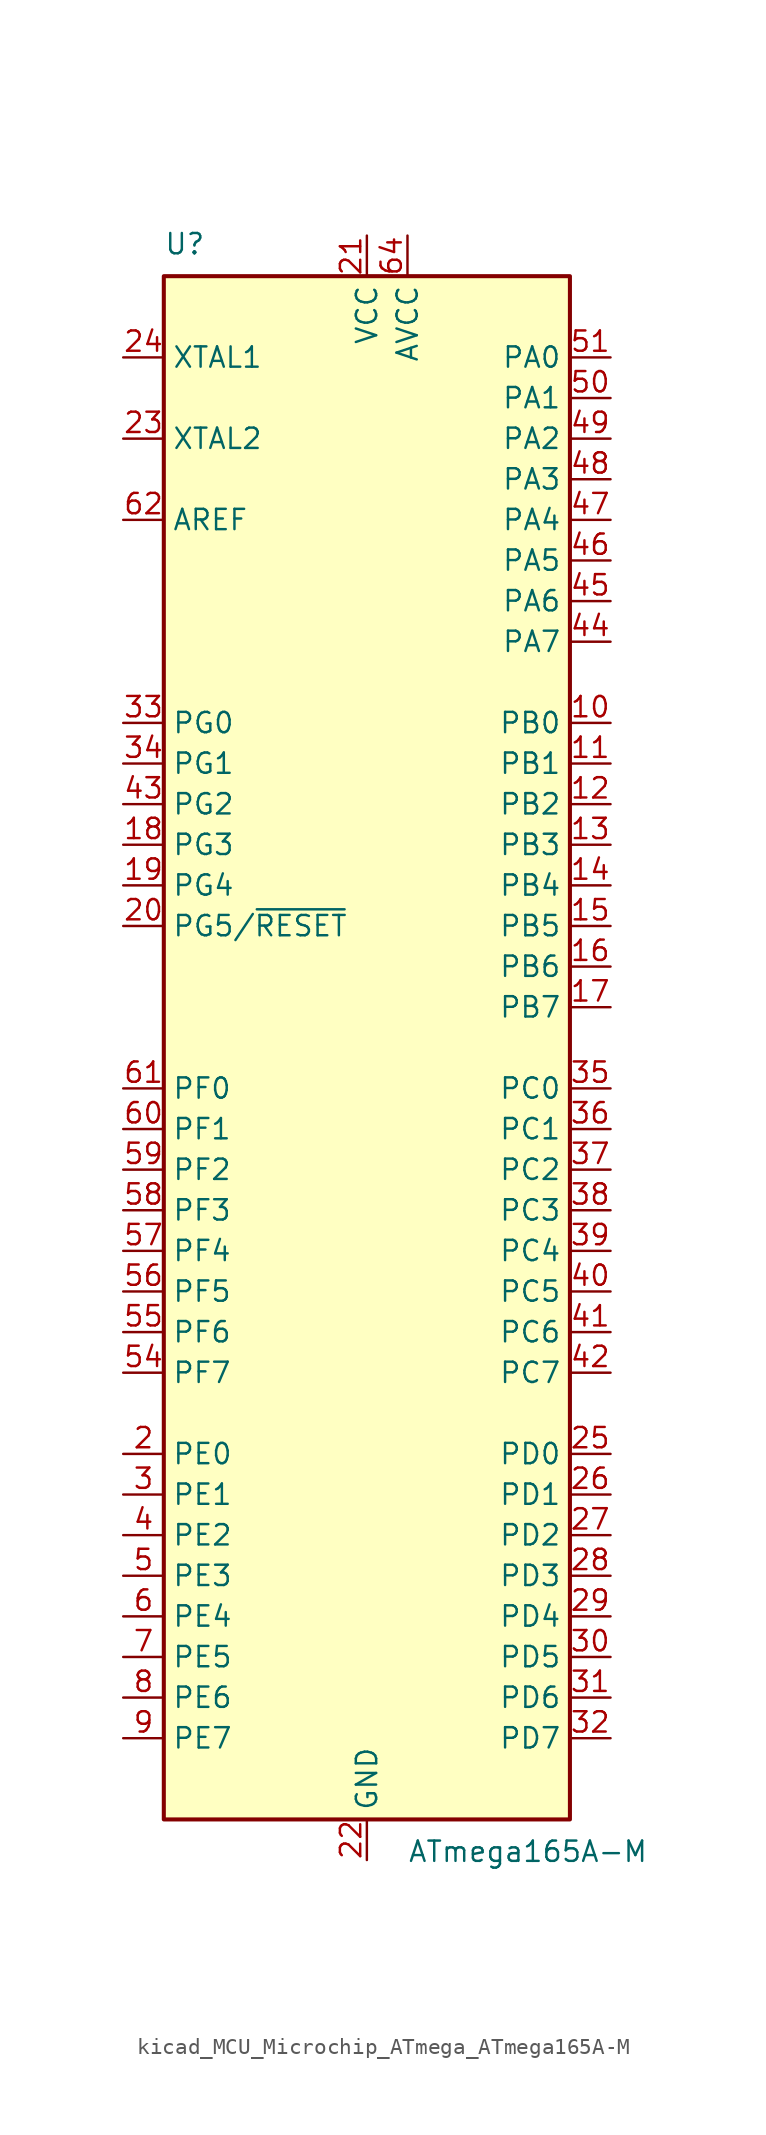
<source format=kicad_sym>
(kicad_symbol_lib
  (version 20220914)
  (generator kicad_symbol_editor)
  (symbol "kicad_MCU_Microchip_ATmega_ATmega165A-M"
    (property "Reference" "U"
      (at -12.7 49.53 0)
      (effects (font (size 1.27 1.27)) (justify left bottom)))
    (property "Value" "ATmega165A-M"
      (at 2.54 -49.53 0)
      (effects (font (size 1.27 1.27)) (justify left top)))
    (symbol "kicad_MCU_Microchip_ATmega_ATmega165A-M_0_1"
      (rectangle (start -12.7 -48.26) (end 12.7 48.26) (stroke (width 0.254) (type default)) (fill (type background))))
    (symbol "kicad_MCU_Microchip_ATmega_ATmega165A-M_1_1"
      (pin no_connect line (at -12.7 -45.72 0) (length 2.54) hide (name "NC" (effects (font (size 1.27 1.27)))) (number "1" (effects (font (size 1.27 1.27)))))
      (pin bidirectional line (at 15.24 20.32 180) (length 2.54) (name "PB0" (effects (font (size 1.27 1.27)))) (number "10" (effects (font (size 1.27 1.27)))))
      (pin bidirectional line (at 15.24 17.78 180) (length 2.54) (name "PB1" (effects (font (size 1.27 1.27)))) (number "11" (effects (font (size 1.27 1.27)))))
      (pin bidirectional line (at 15.24 15.24 180) (length 2.54) (name "PB2" (effects (font (size 1.27 1.27)))) (number "12" (effects (font (size 1.27 1.27)))))
      (pin bidirectional line (at 15.24 12.7 180) (length 2.54) (name "PB3" (effects (font (size 1.27 1.27)))) (number "13" (effects (font (size 1.27 1.27)))))
      (pin bidirectional line (at 15.24 10.16 180) (length 2.54) (name "PB4" (effects (font (size 1.27 1.27)))) (number "14" (effects (font (size 1.27 1.27)))))
      (pin bidirectional line (at 15.24 7.62 180) (length 2.54) (name "PB5" (effects (font (size 1.27 1.27)))) (number "15" (effects (font (size 1.27 1.27)))))
      (pin bidirectional line (at 15.24 5.08 180) (length 2.54) (name "PB6" (effects (font (size 1.27 1.27)))) (number "16" (effects (font (size 1.27 1.27)))))
      (pin bidirectional line (at 15.24 2.54 180) (length 2.54) (name "PB7" (effects (font (size 1.27 1.27)))) (number "17" (effects (font (size 1.27 1.27)))))
      (pin bidirectional line (at -15.24 12.7 0) (length 2.54) (name "PG3" (effects (font (size 1.27 1.27)))) (number "18" (effects (font (size 1.27 1.27)))))
      (pin bidirectional line (at -15.24 10.16 0) (length 2.54) (name "PG4" (effects (font (size 1.27 1.27)))) (number "19" (effects (font (size 1.27 1.27)))))
      (pin bidirectional line (at -15.24 -25.4 0) (length 2.54) (name "PE0" (effects (font (size 1.27 1.27)))) (number "2" (effects (font (size 1.27 1.27)))))
      (pin bidirectional line (at -15.24 7.62 0) (length 2.54) (name "PG5/~{RESET}" (effects (font (size 1.27 1.27)))) (number "20" (effects (font (size 1.27 1.27)))))
      (pin power_in line (at 0 50.8 270) (length 2.54) (name "VCC" (effects (font (size 1.27 1.27)))) (number "21" (effects (font (size 1.27 1.27)))))
      (pin power_in line (at 0 -50.8 90) (length 2.54) (name "GND" (effects (font (size 1.27 1.27)))) (number "22" (effects (font (size 1.27 1.27)))))
      (pin output line (at -15.24 38.1 0) (length 2.54) (name "XTAL2" (effects (font (size 1.27 1.27)))) (number "23" (effects (font (size 1.27 1.27)))))
      (pin input line (at -15.24 43.18 0) (length 2.54) (name "XTAL1" (effects (font (size 1.27 1.27)))) (number "24" (effects (font (size 1.27 1.27)))))
      (pin bidirectional line (at 15.24 -25.4 180) (length 2.54) (name "PD0" (effects (font (size 1.27 1.27)))) (number "25" (effects (font (size 1.27 1.27)))))
      (pin bidirectional line (at 15.24 -27.94 180) (length 2.54) (name "PD1" (effects (font (size 1.27 1.27)))) (number "26" (effects (font (size 1.27 1.27)))))
      (pin bidirectional line (at 15.24 -30.48 180) (length 2.54) (name "PD2" (effects (font (size 1.27 1.27)))) (number "27" (effects (font (size 1.27 1.27)))))
      (pin bidirectional line (at 15.24 -33.02 180) (length 2.54) (name "PD3" (effects (font (size 1.27 1.27)))) (number "28" (effects (font (size 1.27 1.27)))))
      (pin bidirectional line (at 15.24 -35.56 180) (length 2.54) (name "PD4" (effects (font (size 1.27 1.27)))) (number "29" (effects (font (size 1.27 1.27)))))
      (pin bidirectional line (at -15.24 -27.94 0) (length 2.54) (name "PE1" (effects (font (size 1.27 1.27)))) (number "3" (effects (font (size 1.27 1.27)))))
      (pin bidirectional line (at 15.24 -38.1 180) (length 2.54) (name "PD5" (effects (font (size 1.27 1.27)))) (number "30" (effects (font (size 1.27 1.27)))))
      (pin bidirectional line (at 15.24 -40.64 180) (length 2.54) (name "PD6" (effects (font (size 1.27 1.27)))) (number "31" (effects (font (size 1.27 1.27)))))
      (pin bidirectional line (at 15.24 -43.18 180) (length 2.54) (name "PD7" (effects (font (size 1.27 1.27)))) (number "32" (effects (font (size 1.27 1.27)))))
      (pin bidirectional line (at -15.24 20.32 0) (length 2.54) (name "PG0" (effects (font (size 1.27 1.27)))) (number "33" (effects (font (size 1.27 1.27)))))
      (pin bidirectional line (at -15.24 17.78 0) (length 2.54) (name "PG1" (effects (font (size 1.27 1.27)))) (number "34" (effects (font (size 1.27 1.27)))))
      (pin bidirectional line (at 15.24 -2.54 180) (length 2.54) (name "PC0" (effects (font (size 1.27 1.27)))) (number "35" (effects (font (size 1.27 1.27)))))
      (pin bidirectional line (at 15.24 -5.08 180) (length 2.54) (name "PC1" (effects (font (size 1.27 1.27)))) (number "36" (effects (font (size 1.27 1.27)))))
      (pin bidirectional line (at 15.24 -7.62 180) (length 2.54) (name "PC2" (effects (font (size 1.27 1.27)))) (number "37" (effects (font (size 1.27 1.27)))))
      (pin bidirectional line (at 15.24 -10.16 180) (length 2.54) (name "PC3" (effects (font (size 1.27 1.27)))) (number "38" (effects (font (size 1.27 1.27)))))
      (pin bidirectional line (at 15.24 -12.7 180) (length 2.54) (name "PC4" (effects (font (size 1.27 1.27)))) (number "39" (effects (font (size 1.27 1.27)))))
      (pin bidirectional line (at -15.24 -30.48 0) (length 2.54) (name "PE2" (effects (font (size 1.27 1.27)))) (number "4" (effects (font (size 1.27 1.27)))))
      (pin bidirectional line (at 15.24 -15.24 180) (length 2.54) (name "PC5" (effects (font (size 1.27 1.27)))) (number "40" (effects (font (size 1.27 1.27)))))
      (pin bidirectional line (at 15.24 -17.78 180) (length 2.54) (name "PC6" (effects (font (size 1.27 1.27)))) (number "41" (effects (font (size 1.27 1.27)))))
      (pin bidirectional line (at 15.24 -20.32 180) (length 2.54) (name "PC7" (effects (font (size 1.27 1.27)))) (number "42" (effects (font (size 1.27 1.27)))))
      (pin bidirectional line (at -15.24 15.24 0) (length 2.54) (name "PG2" (effects (font (size 1.27 1.27)))) (number "43" (effects (font (size 1.27 1.27)))))
      (pin bidirectional line (at 15.24 25.4 180) (length 2.54) (name "PA7" (effects (font (size 1.27 1.27)))) (number "44" (effects (font (size 1.27 1.27)))))
      (pin bidirectional line (at 15.24 27.94 180) (length 2.54) (name "PA6" (effects (font (size 1.27 1.27)))) (number "45" (effects (font (size 1.27 1.27)))))
      (pin bidirectional line (at 15.24 30.48 180) (length 2.54) (name "PA5" (effects (font (size 1.27 1.27)))) (number "46" (effects (font (size 1.27 1.27)))))
      (pin bidirectional line (at 15.24 33.02 180) (length 2.54) (name "PA4" (effects (font (size 1.27 1.27)))) (number "47" (effects (font (size 1.27 1.27)))))
      (pin bidirectional line (at 15.24 35.56 180) (length 2.54) (name "PA3" (effects (font (size 1.27 1.27)))) (number "48" (effects (font (size 1.27 1.27)))))
      (pin bidirectional line (at 15.24 38.1 180) (length 2.54) (name "PA2" (effects (font (size 1.27 1.27)))) (number "49" (effects (font (size 1.27 1.27)))))
      (pin bidirectional line (at -15.24 -33.02 0) (length 2.54) (name "PE3" (effects (font (size 1.27 1.27)))) (number "5" (effects (font (size 1.27 1.27)))))
      (pin bidirectional line (at 15.24 40.64 180) (length 2.54) (name "PA1" (effects (font (size 1.27 1.27)))) (number "50" (effects (font (size 1.27 1.27)))))
      (pin bidirectional line (at 15.24 43.18 180) (length 2.54) (name "PA0" (effects (font (size 1.27 1.27)))) (number "51" (effects (font (size 1.27 1.27)))))
      (pin passive line (at 0 50.8 270) (length 2.54) hide (name "VCC" (effects (font (size 1.27 1.27)))) (number "52" (effects (font (size 1.27 1.27)))))
      (pin passive line (at 0 -50.8 90) (length 2.54) hide (name "GND" (effects (font (size 1.27 1.27)))) (number "53" (effects (font (size 1.27 1.27)))))
      (pin bidirectional line (at -15.24 -20.32 0) (length 2.54) (name "PF7" (effects (font (size 1.27 1.27)))) (number "54" (effects (font (size 1.27 1.27)))))
      (pin bidirectional line (at -15.24 -17.78 0) (length 2.54) (name "PF6" (effects (font (size 1.27 1.27)))) (number "55" (effects (font (size 1.27 1.27)))))
      (pin bidirectional line (at -15.24 -15.24 0) (length 2.54) (name "PF5" (effects (font (size 1.27 1.27)))) (number "56" (effects (font (size 1.27 1.27)))))
      (pin bidirectional line (at -15.24 -12.7 0) (length 2.54) (name "PF4" (effects (font (size 1.27 1.27)))) (number "57" (effects (font (size 1.27 1.27)))))
      (pin bidirectional line (at -15.24 -10.16 0) (length 2.54) (name "PF3" (effects (font (size 1.27 1.27)))) (number "58" (effects (font (size 1.27 1.27)))))
      (pin bidirectional line (at -15.24 -7.62 0) (length 2.54) (name "PF2" (effects (font (size 1.27 1.27)))) (number "59" (effects (font (size 1.27 1.27)))))
      (pin bidirectional line (at -15.24 -35.56 0) (length 2.54) (name "PE4" (effects (font (size 1.27 1.27)))) (number "6" (effects (font (size 1.27 1.27)))))
      (pin bidirectional line (at -15.24 -5.08 0) (length 2.54) (name "PF1" (effects (font (size 1.27 1.27)))) (number "60" (effects (font (size 1.27 1.27)))))
      (pin bidirectional line (at -15.24 -2.54 0) (length 2.54) (name "PF0" (effects (font (size 1.27 1.27)))) (number "61" (effects (font (size 1.27 1.27)))))
      (pin passive line (at -15.24 33.02 0) (length 2.54) (name "AREF" (effects (font (size 1.27 1.27)))) (number "62" (effects (font (size 1.27 1.27)))))
      (pin passive line (at 0 -50.8 90) (length 2.54) hide (name "GND" (effects (font (size 1.27 1.27)))) (number "63" (effects (font (size 1.27 1.27)))))
      (pin power_in line (at 2.54 50.8 270) (length 2.54) (name "AVCC" (effects (font (size 1.27 1.27)))) (number "64" (effects (font (size 1.27 1.27)))))
      (pin passive line (at 0 -50.8 90) (length 2.54) hide (name "GND" (effects (font (size 1.27 1.27)))) (number "65" (effects (font (size 1.27 1.27)))))
      (pin bidirectional line (at -15.24 -38.1 0) (length 2.54) (name "PE5" (effects (font (size 1.27 1.27)))) (number "7" (effects (font (size 1.27 1.27)))))
      (pin bidirectional line (at -15.24 -40.64 0) (length 2.54) (name "PE6" (effects (font (size 1.27 1.27)))) (number "8" (effects (font (size 1.27 1.27)))))
      (pin bidirectional line (at -15.24 -43.18 0) (length 2.54) (name "PE7" (effects (font (size 1.27 1.27)))) (number "9" (effects (font (size 1.27 1.27))))))))
</source>
